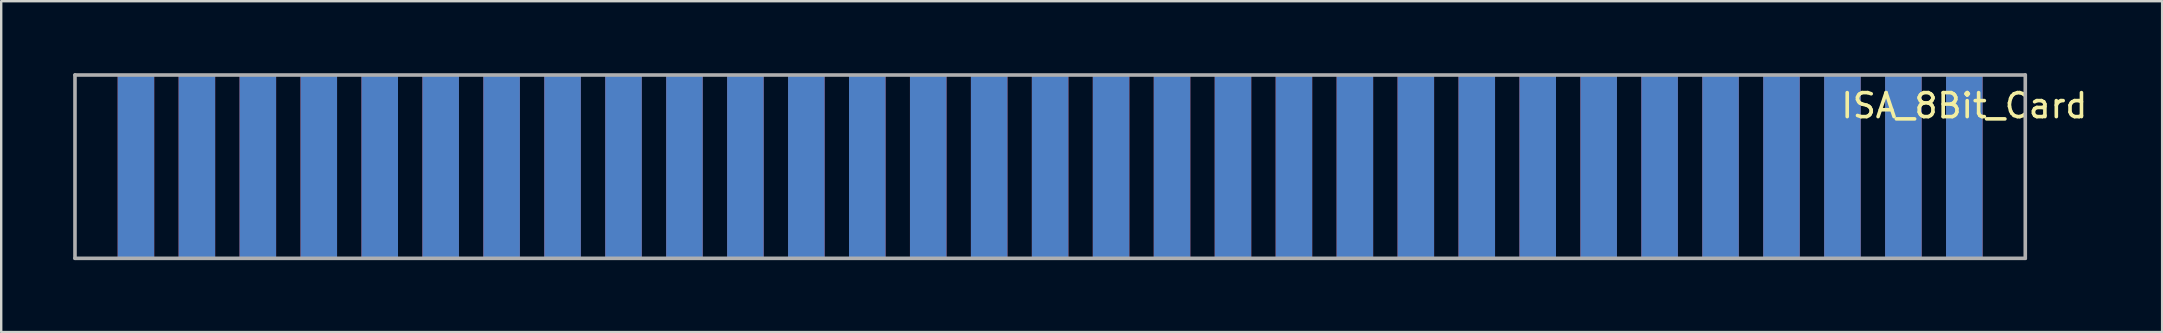
<source format=kicad_pcb>
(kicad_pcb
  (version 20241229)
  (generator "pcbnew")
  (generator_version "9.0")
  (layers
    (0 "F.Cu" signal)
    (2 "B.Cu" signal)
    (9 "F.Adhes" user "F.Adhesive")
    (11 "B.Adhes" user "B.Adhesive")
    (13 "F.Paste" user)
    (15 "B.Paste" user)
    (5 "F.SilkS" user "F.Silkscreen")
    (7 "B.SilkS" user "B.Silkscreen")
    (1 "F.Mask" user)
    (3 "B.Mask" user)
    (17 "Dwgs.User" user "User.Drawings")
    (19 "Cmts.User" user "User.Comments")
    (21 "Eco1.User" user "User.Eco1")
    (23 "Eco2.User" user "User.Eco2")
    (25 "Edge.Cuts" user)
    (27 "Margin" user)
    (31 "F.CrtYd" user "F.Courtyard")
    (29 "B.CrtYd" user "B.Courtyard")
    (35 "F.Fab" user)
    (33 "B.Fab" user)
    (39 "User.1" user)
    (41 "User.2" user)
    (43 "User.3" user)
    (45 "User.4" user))
  (footprint "ISA_8Bit_Card"
    (layer "F.Cu")
    (at 78.815 3.895)
    (property "Reference" "ISA_8Bit_Card" (at 0 -2.54 0) (layer "F.SilkS") (effects (font (size 1 1) (thickness 0.15))))
    (attr through_hole)
    (fp_line (start -78.74 3.82) (end -78.74 -3.82) (stroke (width 0.15) (type solid)) (layer "F.Fab"))
    (fp_line (start 2.54 -3.82) (end -78.74 -3.82) (stroke (width 0.15) (type solid)) (layer "F.Fab"))
    (fp_line (start 2.54 -3.82) (end 2.54 3.82) (stroke (width 0.15) (type solid)) (layer "F.Fab"))
    (fp_line (start 2.54 3.82) (end -78.74 3.82) (stroke (width 0.15) (type solid)) (layer "F.Fab"))
    (pad "1" smd rect (at 0 0) (size 1.524 7.62) (layers "*.Mask" "B.Cu" "F.Paste"))
    (pad "2" smd rect (at -2.54 0) (size 1.524 7.62) (layers "*.Mask" "B.Cu" "F.Paste"))
    (pad "3" smd rect (at -5.08 0) (size 1.524 7.62) (layers "*.Mask" "B.Cu" "F.Paste"))
    (pad "4" smd rect (at -7.62 0) (size 1.524 7.62) (layers "*.Mask" "B.Cu" "F.Paste"))
    (pad "5" smd rect (at -10.16 0) (size 1.524 7.62) (layers "*.Mask" "B.Cu" "F.Paste"))
    (pad "6" smd rect (at -12.7 0) (size 1.524 7.62) (layers "*.Mask" "B.Cu" "F.Paste"))
    (pad "7" smd rect (at -15.24 0) (size 1.524 7.62) (layers "*.Mask" "B.Cu" "F.Paste"))
    (pad "8" smd rect (at -17.78 0) (size 1.524 7.62) (layers "*.Mask" "B.Cu" "F.Paste"))
    (pad "9" smd rect (at -20.32 0) (size 1.524 7.62) (layers "*.Mask" "B.Cu" "F.Paste"))
    (pad "10" smd rect (at -22.86 0) (size 1.524 7.62) (layers "*.Mask" "B.Cu" "F.Paste"))
    (pad "11" smd rect (at -25.4 0) (size 1.524 7.62) (layers "*.Mask" "B.Cu" "F.Paste"))
    (pad "12" smd rect (at -27.94 0) (size 1.524 7.62) (layers "*.Mask" "B.Cu" "F.Paste"))
    (pad "13" smd rect (at -30.48 0) (size 1.524 7.62) (layers "*.Mask" "B.Cu" "F.Paste"))
    (pad "14" smd rect (at -33.02 0) (size 1.524 7.62) (layers "*.Mask" "B.Cu" "F.Paste"))
    (pad "15" smd rect (at -35.56 0) (size 1.524 7.62) (layers "*.Mask" "B.Cu" "F.Paste"))
    (pad "16" smd rect (at -38.1 0) (size 1.524 7.62) (layers "*.Mask" "B.Cu" "F.Paste"))
    (pad "17" smd rect (at -40.64 0) (size 1.524 7.62) (layers "*.Mask" "B.Cu" "F.Paste"))
    (pad "18" smd rect (at -43.18 0) (size 1.524 7.62) (layers "*.Mask" "B.Cu" "F.Paste"))
    (pad "19" smd rect (at -45.72 0) (size 1.524 7.62) (layers "*.Mask" "B.Cu" "F.Paste"))
    (pad "20" smd rect (at -48.26 0) (size 1.524 7.62) (layers "*.Mask" "B.Cu" "F.Paste"))
    (pad "21" smd rect (at -50.8 0) (size 1.524 7.62) (layers "*.Mask" "B.Cu" "F.Paste"))
    (pad "22" smd rect (at -53.34 0) (size 1.524 7.62) (layers "*.Mask" "B.Cu" "F.Paste"))
    (pad "23" smd rect (at -55.88 0) (size 1.524 7.62) (layers "*.Mask" "B.Cu" "F.Paste"))
    (pad "24" smd rect (at -58.42 0) (size 1.524 7.62) (layers "*.Mask" "B.Cu" "F.Paste"))
    (pad "25" smd rect (at -60.96 0) (size 1.524 7.62) (layers "*.Mask" "B.Cu" "F.Paste"))
    (pad "26" smd rect (at -63.5 0) (size 1.524 7.62) (layers "*.Mask" "B.Cu" "F.Paste"))
    (pad "27" smd rect (at -66.04 0) (size 1.524 7.62) (layers "*.Mask" "B.Cu" "F.Paste"))
    (pad "28" smd rect (at -68.58 0) (size 1.524 7.62) (layers "*.Mask" "B.Cu" "F.Paste"))
    (pad "29" smd rect (at -71.12 0) (size 1.524 7.62) (layers "*.Mask" "B.Cu" "F.Paste"))
    (pad "30" smd rect (at -73.66 0) (size 1.524 7.62) (layers "*.Mask" "B.Cu" "F.Paste"))
    (pad "31" smd rect (at -76.2 0) (size 1.524 7.62) (layers "*.Mask" "B.Cu" "F.Paste"))
    (pad "32" smd rect (at 0 0) (size 1.524 7.62) (layers "F.Cu" "F.Mask" "F.Paste"))
    (pad "33" smd rect (at -2.54 0) (size 1.524 7.62) (layers "F.Cu" "F.Mask" "F.Paste"))
    (pad "34" smd rect (at -5.08 0) (size 1.524 7.62) (layers "F.Cu" "F.Mask" "F.Paste"))
    (pad "35" smd rect (at -7.62 0) (size 1.524 7.62) (layers "F.Cu" "F.Mask" "F.Paste"))
    (pad "36" smd rect (at -10.16 0) (size 1.524 7.62) (layers "F.Cu" "F.Mask" "F.Paste"))
    (pad "37" smd rect (at -12.7 0) (size 1.524 7.62) (layers "F.Cu" "F.Mask" "F.Paste"))
    (pad "38" smd rect (at -15.24 0) (size 1.524 7.62) (layers "F.Cu" "F.Mask" "F.Paste"))
    (pad "39" smd rect (at -17.78 0) (size 1.524 7.62) (layers "F.Cu" "F.Mask" "F.Paste"))
    (pad "40" smd rect (at -20.32 0) (size 1.524 7.62) (layers "F.Cu" "F.Mask" "F.Paste"))
    (pad "41" smd rect (at -22.86 0) (size 1.524 7.62) (layers "F.Cu" "F.Mask" "F.Paste"))
    (pad "42" smd rect (at -25.4 0) (size 1.524 7.62) (layers "F.Cu" "F.Mask" "F.Paste"))
    (pad "43" smd rect (at -27.94 0) (size 1.524 7.62) (layers "F.Cu" "F.Mask" "F.Paste"))
    (pad "44" smd rect (at -30.48 0) (size 1.524 7.62) (layers "F.Cu" "F.Mask" "F.Paste"))
    (pad "45" smd rect (at -33.02 0) (size 1.524 7.62) (layers "F.Cu" "F.Mask" "F.Paste"))
    (pad "46" smd rect (at -35.56 0) (size 1.524 7.62) (layers "F.Cu" "F.Mask" "F.Paste"))
    (pad "47" smd rect (at -38.1 0) (size 1.524 7.62) (layers "F.Cu" "F.Mask" "F.Paste"))
    (pad "48" smd rect (at -40.64 0) (size 1.524 7.62) (layers "F.Cu" "F.Mask" "F.Paste"))
    (pad "49" smd rect (at -43.18 0) (size 1.524 7.62) (layers "F.Cu" "F.Mask" "F.Paste"))
    (pad "50" smd rect (at -45.72 0) (size 1.524 7.62) (layers "F.Cu" "F.Mask" "F.Paste"))
    (pad "51" smd rect (at -48.26 0) (size 1.524 7.62) (layers "F.Cu" "F.Mask" "F.Paste"))
    (pad "52" smd rect (at -50.8 0) (size 1.524 7.62) (layers "F.Cu" "F.Mask" "F.Paste"))
    (pad "53" smd rect (at -53.34 0) (size 1.524 7.62) (layers "F.Cu" "F.Mask" "F.Paste"))
    (pad "54" smd rect (at -55.88 0) (size 1.524 7.62) (layers "F.Cu" "F.Mask" "F.Paste"))
    (pad "55" smd rect (at -58.42 0) (size 1.524 7.62) (layers "F.Cu" "F.Mask" "F.Paste"))
    (pad "56" smd rect (at -60.96 0) (size 1.524 7.62) (layers "F.Cu" "F.Mask" "F.Paste"))
    (pad "57" smd rect (at -63.5 0) (size 1.524 7.62) (layers "F.Cu" "F.Mask" "F.Paste"))
    (pad "58" smd rect (at -66.04 0) (size 1.524 7.62) (layers "F.Cu" "F.Mask" "F.Paste"))
    (pad "59" smd rect (at -68.58 0) (size 1.524 7.62) (layers "F.Cu" "F.Mask" "F.Paste"))
    (pad "60" smd rect (at -71.12 0) (size 1.524 7.62) (layers "F.Cu" "F.Mask" "F.Paste"))
    (pad "61" smd rect (at -73.66 0) (size 1.524 7.62) (layers "F.Cu" "F.Mask" "F.Paste"))
    (pad "62" smd rect (at -76.2 0) (size 1.524 7.62) (layers "F.Cu" "F.Mask" "F.Paste")))
  (gr_rect
    (start -3 -3)
    (end 87.059 10.79)
    (stroke (width 0.1) (type default))
    (fill no)
    (layer "Edge.Cuts")))
</source>
